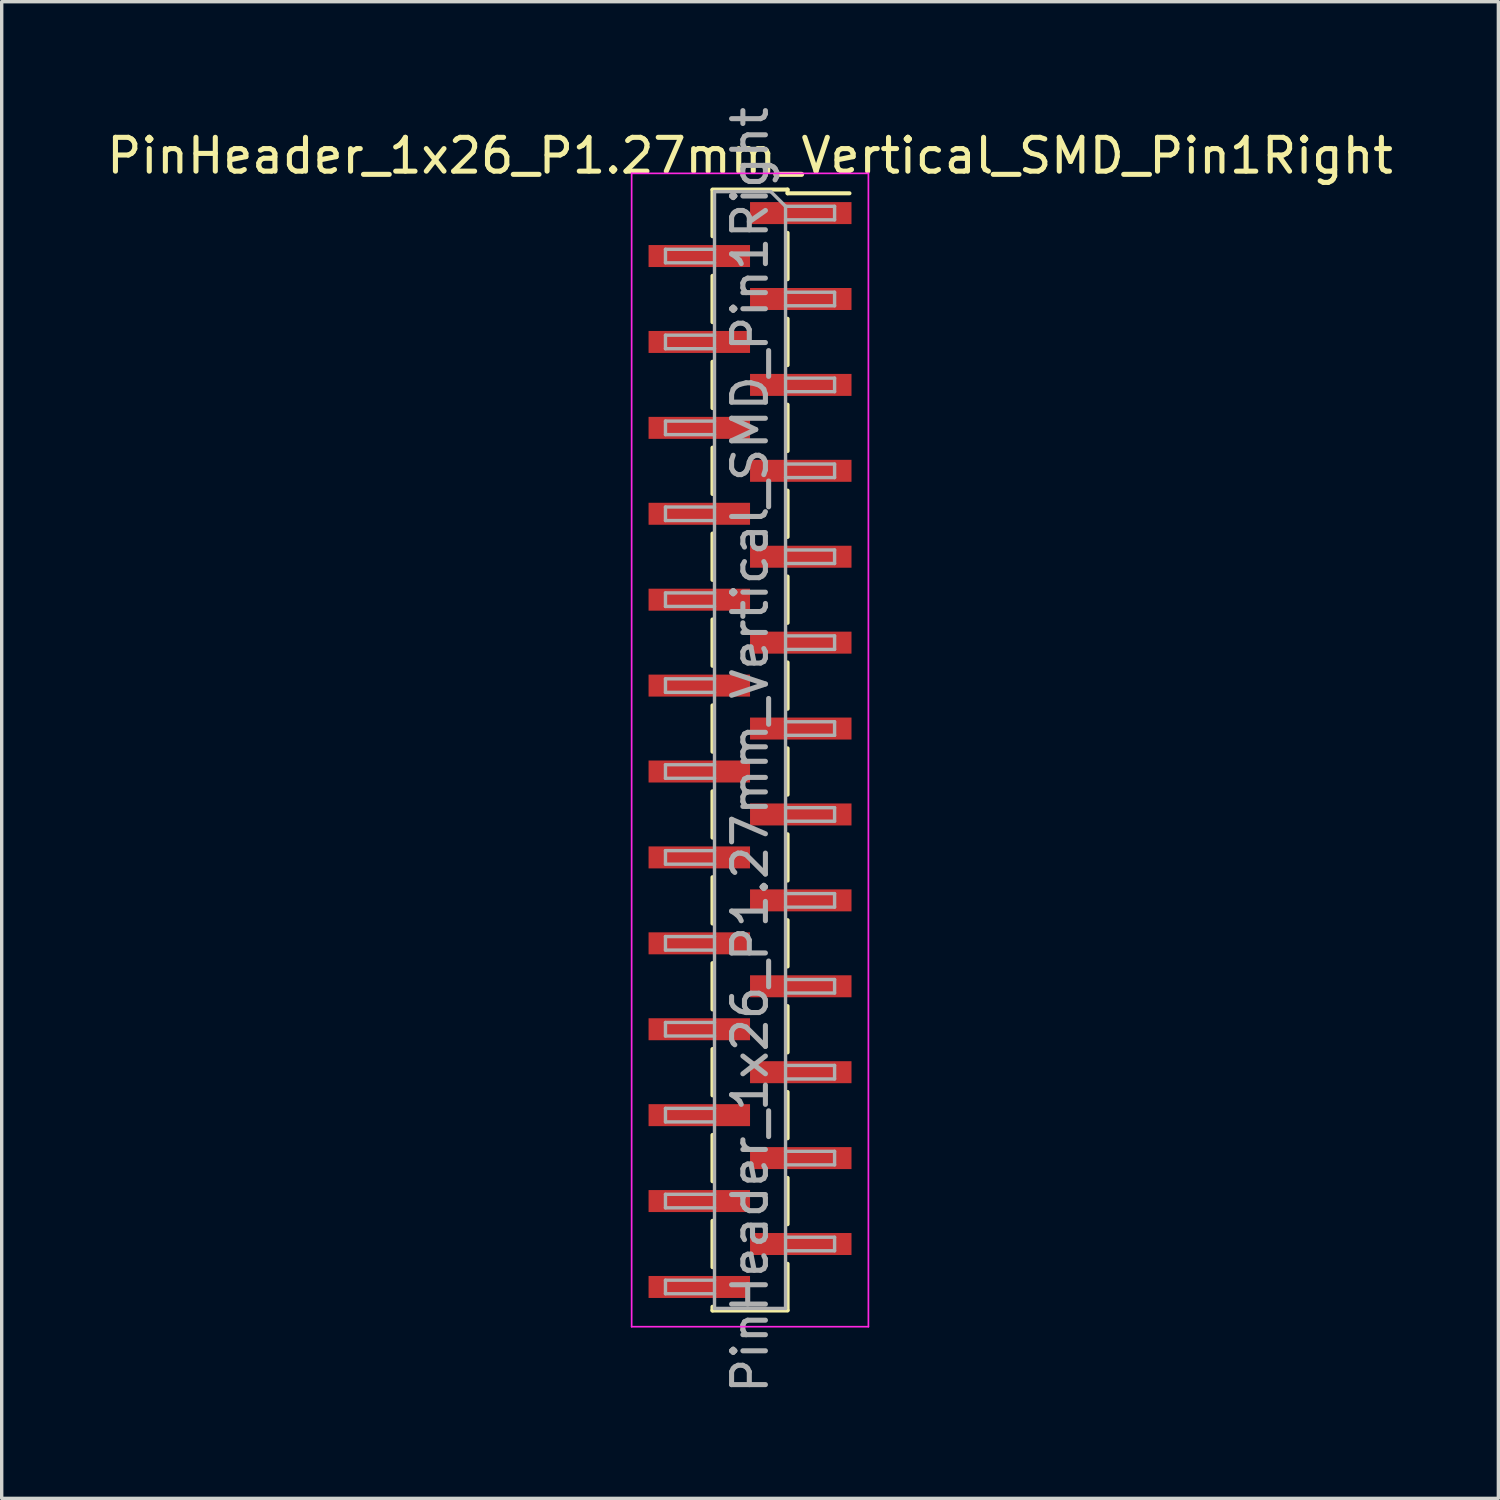
<source format=kicad_pcb>
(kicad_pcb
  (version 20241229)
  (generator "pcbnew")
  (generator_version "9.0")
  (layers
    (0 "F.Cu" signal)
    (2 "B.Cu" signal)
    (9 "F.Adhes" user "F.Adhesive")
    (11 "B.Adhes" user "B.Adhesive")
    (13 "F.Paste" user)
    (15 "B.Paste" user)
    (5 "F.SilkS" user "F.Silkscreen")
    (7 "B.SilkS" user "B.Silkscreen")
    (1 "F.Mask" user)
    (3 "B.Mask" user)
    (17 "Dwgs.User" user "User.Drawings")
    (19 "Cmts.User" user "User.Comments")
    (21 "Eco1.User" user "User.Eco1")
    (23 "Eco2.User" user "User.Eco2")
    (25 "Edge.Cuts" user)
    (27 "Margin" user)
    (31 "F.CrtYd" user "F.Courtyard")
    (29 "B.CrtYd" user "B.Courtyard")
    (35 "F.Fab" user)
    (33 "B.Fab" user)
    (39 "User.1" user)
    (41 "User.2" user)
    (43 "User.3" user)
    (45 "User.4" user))
  (footprint "PinHeader_1x26_P1.27mm_Vertical_SMD_Pin1Right"
    (layer "F.Cu")
    (at 19.125 19.125)
    (property "Reference" "PinHeader_1x26_P1.27mm_Vertical_SMD_Pin1Right" (at 0 -17.57 0) (layer "F.SilkS") (effects (font (size 1 1) (thickness 0.15))))
    (attr smd)
    (fp_line (start -1.11 -16.57) (end 1.11 -16.57) (stroke (width 0.12) (type solid)) (layer "F.SilkS"))
    (fp_line (start -1.11 -16.56) (end -1.11 -15.19) (stroke (width 0.12) (type solid)) (layer "F.SilkS"))
    (fp_line (start -1.11 -14.02) (end -1.11 -12.65) (stroke (width 0.12) (type solid)) (layer "F.SilkS"))
    (fp_line (start -1.11 -11.48) (end -1.11 -10.11) (stroke (width 0.12) (type solid)) (layer "F.SilkS"))
    (fp_line (start -1.11 -8.94) (end -1.11 -7.57) (stroke (width 0.12) (type solid)) (layer "F.SilkS"))
    (fp_line (start -1.11 -6.4) (end -1.11 -5.03) (stroke (width 0.12) (type solid)) (layer "F.SilkS"))
    (fp_line (start -1.11 -3.86) (end -1.11 -2.49) (stroke (width 0.12) (type solid)) (layer "F.SilkS"))
    (fp_line (start -1.11 -1.32) (end -1.11 0.05) (stroke (width 0.12) (type solid)) (layer "F.SilkS"))
    (fp_line (start -1.11 1.22) (end -1.11 2.59) (stroke (width 0.12) (type solid)) (layer "F.SilkS"))
    (fp_line (start -1.11 3.76) (end -1.11 5.13) (stroke (width 0.12) (type solid)) (layer "F.SilkS"))
    (fp_line (start -1.11 6.3) (end -1.11 7.67) (stroke (width 0.12) (type solid)) (layer "F.SilkS"))
    (fp_line (start -1.11 8.84) (end -1.11 10.21) (stroke (width 0.12) (type solid)) (layer "F.SilkS"))
    (fp_line (start -1.11 11.38) (end -1.11 12.75) (stroke (width 0.12) (type solid)) (layer "F.SilkS"))
    (fp_line (start -1.11 13.92) (end -1.11 15.29) (stroke (width 0.12) (type solid)) (layer "F.SilkS"))
    (fp_line (start -1.11 16.46) (end -1.11 16.57) (stroke (width 0.12) (type solid)) (layer "F.SilkS"))
    (fp_line (start -1.11 16.57) (end 1.11 16.57) (stroke (width 0.12) (type solid)) (layer "F.SilkS"))
    (fp_line (start 1.11 -16.57) (end 1.11 -16.46) (stroke (width 0.12) (type solid)) (layer "F.SilkS"))
    (fp_line (start 1.11 -16.46) (end 2.94 -16.46) (stroke (width 0.12) (type solid)) (layer "F.SilkS"))
    (fp_line (start 1.11 -15.29) (end 1.11 -13.92) (stroke (width 0.12) (type solid)) (layer "F.SilkS"))
    (fp_line (start 1.11 -12.75) (end 1.11 -11.38) (stroke (width 0.12) (type solid)) (layer "F.SilkS"))
    (fp_line (start 1.11 -10.21) (end 1.11 -8.84) (stroke (width 0.12) (type solid)) (layer "F.SilkS"))
    (fp_line (start 1.11 -7.67) (end 1.11 -6.3) (stroke (width 0.12) (type solid)) (layer "F.SilkS"))
    (fp_line (start 1.11 -5.13) (end 1.11 -3.76) (stroke (width 0.12) (type solid)) (layer "F.SilkS"))
    (fp_line (start 1.11 -2.59) (end 1.11 -1.22) (stroke (width 0.12) (type solid)) (layer "F.SilkS"))
    (fp_line (start 1.11 -0.05) (end 1.11 1.32) (stroke (width 0.12) (type solid)) (layer "F.SilkS"))
    (fp_line (start 1.11 2.49) (end 1.11 3.86) (stroke (width 0.12) (type solid)) (layer "F.SilkS"))
    (fp_line (start 1.11 5.03) (end 1.11 6.4) (stroke (width 0.12) (type solid)) (layer "F.SilkS"))
    (fp_line (start 1.11 7.57) (end 1.11 8.94) (stroke (width 0.12) (type solid)) (layer "F.SilkS"))
    (fp_line (start 1.11 10.11) (end 1.11 11.48) (stroke (width 0.12) (type solid)) (layer "F.SilkS"))
    (fp_line (start 1.11 12.65) (end 1.11 14.02) (stroke (width 0.12) (type solid)) (layer "F.SilkS"))
    (fp_line (start 1.11 15.19) (end 1.11 16.56) (stroke (width 0.12) (type solid)) (layer "F.SilkS"))
    (fp_line (start -3.5 -17.05) (end -3.5 17.05) (stroke (width 0.05) (type solid)) (layer "F.CrtYd"))
    (fp_line (start -3.5 17.05) (end 3.5 17.05) (stroke (width 0.05) (type solid)) (layer "F.CrtYd"))
    (fp_line (start 3.5 -17.05) (end -3.5 -17.05) (stroke (width 0.05) (type solid)) (layer "F.CrtYd"))
    (fp_line (start 3.5 17.05) (end 3.5 -17.05) (stroke (width 0.05) (type solid)) (layer "F.CrtYd"))
    (fp_line (start -2.5 -14.805) (end -2.5 -14.405) (stroke (width 0.1) (type solid)) (layer "F.Fab"))
    (fp_line (start -2.5 -14.405) (end -1.05 -14.405) (stroke (width 0.1) (type solid)) (layer "F.Fab"))
    (fp_line (start -2.5 -12.265) (end -2.5 -11.865) (stroke (width 0.1) (type solid)) (layer "F.Fab"))
    (fp_line (start -2.5 -11.865) (end -1.05 -11.865) (stroke (width 0.1) (type solid)) (layer "F.Fab"))
    (fp_line (start -2.5 -9.725) (end -2.5 -9.325) (stroke (width 0.1) (type solid)) (layer "F.Fab"))
    (fp_line (start -2.5 -9.325) (end -1.05 -9.325) (stroke (width 0.1) (type solid)) (layer "F.Fab"))
    (fp_line (start -2.5 -7.185) (end -2.5 -6.785) (stroke (width 0.1) (type solid)) (layer "F.Fab"))
    (fp_line (start -2.5 -6.785) (end -1.05 -6.785) (stroke (width 0.1) (type solid)) (layer "F.Fab"))
    (fp_line (start -2.5 -4.645) (end -2.5 -4.245) (stroke (width 0.1) (type solid)) (layer "F.Fab"))
    (fp_line (start -2.5 -4.245) (end -1.05 -4.245) (stroke (width 0.1) (type solid)) (layer "F.Fab"))
    (fp_line (start -2.5 -2.105) (end -2.5 -1.705) (stroke (width 0.1) (type solid)) (layer "F.Fab"))
    (fp_line (start -2.5 -1.705) (end -1.05 -1.705) (stroke (width 0.1) (type solid)) (layer "F.Fab"))
    (fp_line (start -2.5 0.435) (end -2.5 0.835) (stroke (width 0.1) (type solid)) (layer "F.Fab"))
    (fp_line (start -2.5 0.835) (end -1.05 0.835) (stroke (width 0.1) (type solid)) (layer "F.Fab"))
    (fp_line (start -2.5 2.975) (end -2.5 3.375) (stroke (width 0.1) (type solid)) (layer "F.Fab"))
    (fp_line (start -2.5 3.375) (end -1.05 3.375) (stroke (width 0.1) (type solid)) (layer "F.Fab"))
    (fp_line (start -2.5 5.515) (end -2.5 5.915) (stroke (width 0.1) (type solid)) (layer "F.Fab"))
    (fp_line (start -2.5 5.915) (end -1.05 5.915) (stroke (width 0.1) (type solid)) (layer "F.Fab"))
    (fp_line (start -2.5 8.055) (end -2.5 8.455) (stroke (width 0.1) (type solid)) (layer "F.Fab"))
    (fp_line (start -2.5 8.455) (end -1.05 8.455) (stroke (width 0.1) (type solid)) (layer "F.Fab"))
    (fp_line (start -2.5 10.595) (end -2.5 10.995) (stroke (width 0.1) (type solid)) (layer "F.Fab"))
    (fp_line (start -2.5 10.995) (end -1.05 10.995) (stroke (width 0.1) (type solid)) (layer "F.Fab"))
    (fp_line (start -2.5 13.135) (end -2.5 13.535) (stroke (width 0.1) (type solid)) (layer "F.Fab"))
    (fp_line (start -2.5 13.535) (end -1.05 13.535) (stroke (width 0.1) (type solid)) (layer "F.Fab"))
    (fp_line (start -2.5 15.675) (end -2.5 16.075) (stroke (width 0.1) (type solid)) (layer "F.Fab"))
    (fp_line (start -2.5 16.075) (end -1.05 16.075) (stroke (width 0.1) (type solid)) (layer "F.Fab"))
    (fp_line (start -1.05 -16.51) (end -1.05 16.51) (stroke (width 0.1) (type solid)) (layer "F.Fab"))
    (fp_line (start -1.05 -16.51) (end 0.615 -16.51) (stroke (width 0.1) (type solid)) (layer "F.Fab"))
    (fp_line (start -1.05 -14.805) (end -2.5 -14.805) (stroke (width 0.1) (type solid)) (layer "F.Fab"))
    (fp_line (start -1.05 -12.265) (end -2.5 -12.265) (stroke (width 0.1) (type solid)) (layer "F.Fab"))
    (fp_line (start -1.05 -9.725) (end -2.5 -9.725) (stroke (width 0.1) (type solid)) (layer "F.Fab"))
    (fp_line (start -1.05 -7.185) (end -2.5 -7.185) (stroke (width 0.1) (type solid)) (layer "F.Fab"))
    (fp_line (start -1.05 -4.645) (end -2.5 -4.645) (stroke (width 0.1) (type solid)) (layer "F.Fab"))
    (fp_line (start -1.05 -2.105) (end -2.5 -2.105) (stroke (width 0.1) (type solid)) (layer "F.Fab"))
    (fp_line (start -1.05 0.435) (end -2.5 0.435) (stroke (width 0.1) (type solid)) (layer "F.Fab"))
    (fp_line (start -1.05 2.975) (end -2.5 2.975) (stroke (width 0.1) (type solid)) (layer "F.Fab"))
    (fp_line (start -1.05 5.515) (end -2.5 5.515) (stroke (width 0.1) (type solid)) (layer "F.Fab"))
    (fp_line (start -1.05 8.055) (end -2.5 8.055) (stroke (width 0.1) (type solid)) (layer "F.Fab"))
    (fp_line (start -1.05 10.595) (end -2.5 10.595) (stroke (width 0.1) (type solid)) (layer "F.Fab"))
    (fp_line (start -1.05 13.135) (end -2.5 13.135) (stroke (width 0.1) (type solid)) (layer "F.Fab"))
    (fp_line (start -1.05 15.675) (end -2.5 15.675) (stroke (width 0.1) (type solid)) (layer "F.Fab"))
    (fp_line (start 1.05 -16.075) (end 0.615 -16.51) (stroke (width 0.1) (type solid)) (layer "F.Fab"))
    (fp_line (start 1.05 -16.075) (end 2.5 -16.075) (stroke (width 0.1) (type solid)) (layer "F.Fab"))
    (fp_line (start 1.05 -13.535) (end 2.5 -13.535) (stroke (width 0.1) (type solid)) (layer "F.Fab"))
    (fp_line (start 1.05 -10.995) (end 2.5 -10.995) (stroke (width 0.1) (type solid)) (layer "F.Fab"))
    (fp_line (start 1.05 -8.455) (end 2.5 -8.455) (stroke (width 0.1) (type solid)) (layer "F.Fab"))
    (fp_line (start 1.05 -5.915) (end 2.5 -5.915) (stroke (width 0.1) (type solid)) (layer "F.Fab"))
    (fp_line (start 1.05 -3.375) (end 2.5 -3.375) (stroke (width 0.1) (type solid)) (layer "F.Fab"))
    (fp_line (start 1.05 -0.835) (end 2.5 -0.835) (stroke (width 0.1) (type solid)) (layer "F.Fab"))
    (fp_line (start 1.05 1.705) (end 2.5 1.705) (stroke (width 0.1) (type solid)) (layer "F.Fab"))
    (fp_line (start 1.05 4.245) (end 2.5 4.245) (stroke (width 0.1) (type solid)) (layer "F.Fab"))
    (fp_line (start 1.05 6.785) (end 2.5 6.785) (stroke (width 0.1) (type solid)) (layer "F.Fab"))
    (fp_line (start 1.05 9.325) (end 2.5 9.325) (stroke (width 0.1) (type solid)) (layer "F.Fab"))
    (fp_line (start 1.05 11.865) (end 2.5 11.865) (stroke (width 0.1) (type solid)) (layer "F.Fab"))
    (fp_line (start 1.05 14.405) (end 2.5 14.405) (stroke (width 0.1) (type solid)) (layer "F.Fab"))
    (fp_line (start 1.05 16.51) (end -1.05 16.51) (stroke (width 0.1) (type solid)) (layer "F.Fab"))
    (fp_line (start 1.05 16.51) (end 1.05 -16.075) (stroke (width 0.1) (type solid)) (layer "F.Fab"))
    (fp_line (start 2.5 -16.075) (end 2.5 -15.675) (stroke (width 0.1) (type solid)) (layer "F.Fab"))
    (fp_line (start 2.5 -15.675) (end 1.05 -15.675) (stroke (width 0.1) (type solid)) (layer "F.Fab"))
    (fp_line (start 2.5 -13.535) (end 2.5 -13.135) (stroke (width 0.1) (type solid)) (layer "F.Fab"))
    (fp_line (start 2.5 -13.135) (end 1.05 -13.135) (stroke (width 0.1) (type solid)) (layer "F.Fab"))
    (fp_line (start 2.5 -10.995) (end 2.5 -10.595) (stroke (width 0.1) (type solid)) (layer "F.Fab"))
    (fp_line (start 2.5 -10.595) (end 1.05 -10.595) (stroke (width 0.1) (type solid)) (layer "F.Fab"))
    (fp_line (start 2.5 -8.455) (end 2.5 -8.055) (stroke (width 0.1) (type solid)) (layer "F.Fab"))
    (fp_line (start 2.5 -8.055) (end 1.05 -8.055) (stroke (width 0.1) (type solid)) (layer "F.Fab"))
    (fp_line (start 2.5 -5.915) (end 2.5 -5.515) (stroke (width 0.1) (type solid)) (layer "F.Fab"))
    (fp_line (start 2.5 -5.515) (end 1.05 -5.515) (stroke (width 0.1) (type solid)) (layer "F.Fab"))
    (fp_line (start 2.5 -3.375) (end 2.5 -2.975) (stroke (width 0.1) (type solid)) (layer "F.Fab"))
    (fp_line (start 2.5 -2.975) (end 1.05 -2.975) (stroke (width 0.1) (type solid)) (layer "F.Fab"))
    (fp_line (start 2.5 -0.835) (end 2.5 -0.435) (stroke (width 0.1) (type solid)) (layer "F.Fab"))
    (fp_line (start 2.5 -0.435) (end 1.05 -0.435) (stroke (width 0.1) (type solid)) (layer "F.Fab"))
    (fp_line (start 2.5 1.705) (end 2.5 2.105) (stroke (width 0.1) (type solid)) (layer "F.Fab"))
    (fp_line (start 2.5 2.105) (end 1.05 2.105) (stroke (width 0.1) (type solid)) (layer "F.Fab"))
    (fp_line (start 2.5 4.245) (end 2.5 4.645) (stroke (width 0.1) (type solid)) (layer "F.Fab"))
    (fp_line (start 2.5 4.645) (end 1.05 4.645) (stroke (width 0.1) (type solid)) (layer "F.Fab"))
    (fp_line (start 2.5 6.785) (end 2.5 7.185) (stroke (width 0.1) (type solid)) (layer "F.Fab"))
    (fp_line (start 2.5 7.185) (end 1.05 7.185) (stroke (width 0.1) (type solid)) (layer "F.Fab"))
    (fp_line (start 2.5 9.325) (end 2.5 9.725) (stroke (width 0.1) (type solid)) (layer "F.Fab"))
    (fp_line (start 2.5 9.725) (end 1.05 9.725) (stroke (width 0.1) (type solid)) (layer "F.Fab"))
    (fp_line (start 2.5 11.865) (end 2.5 12.265) (stroke (width 0.1) (type solid)) (layer "F.Fab"))
    (fp_line (start 2.5 12.265) (end 1.05 12.265) (stroke (width 0.1) (type solid)) (layer "F.Fab"))
    (fp_line (start 2.5 14.405) (end 2.5 14.805) (stroke (width 0.1) (type solid)) (layer "F.Fab"))
    (fp_line (start 2.5 14.805) (end 1.05 14.805) (stroke (width 0.1) (type solid)) (layer "F.Fab"))
    (fp_text user "${REFERENCE}" (at 0 0 90) (layer "F.Fab") (effects (font (size 1 1) (thickness 0.15))))
    (pad "1" smd rect (at 1.5 -15.875) (size 3 0.65) (layers "F.Cu" "F.Mask" "F.Paste"))
    (pad "2" smd rect (at -1.5 -14.605) (size 3 0.65) (layers "F.Cu" "F.Mask" "F.Paste"))
    (pad "3" smd rect (at 1.5 -13.335) (size 3 0.65) (layers "F.Cu" "F.Mask" "F.Paste"))
    (pad "4" smd rect (at -1.5 -12.065) (size 3 0.65) (layers "F.Cu" "F.Mask" "F.Paste"))
    (pad "5" smd rect (at 1.5 -10.795) (size 3 0.65) (layers "F.Cu" "F.Mask" "F.Paste"))
    (pad "6" smd rect (at -1.5 -9.525) (size 3 0.65) (layers "F.Cu" "F.Mask" "F.Paste"))
    (pad "7" smd rect (at 1.5 -8.255) (size 3 0.65) (layers "F.Cu" "F.Mask" "F.Paste"))
    (pad "8" smd rect (at -1.5 -6.985) (size 3 0.65) (layers "F.Cu" "F.Mask" "F.Paste"))
    (pad "9" smd rect (at 1.5 -5.715) (size 3 0.65) (layers "F.Cu" "F.Mask" "F.Paste"))
    (pad "10" smd rect (at -1.5 -4.445) (size 3 0.65) (layers "F.Cu" "F.Mask" "F.Paste"))
    (pad "11" smd rect (at 1.5 -3.175) (size 3 0.65) (layers "F.Cu" "F.Mask" "F.Paste"))
    (pad "12" smd rect (at -1.5 -1.905) (size 3 0.65) (layers "F.Cu" "F.Mask" "F.Paste"))
    (pad "13" smd rect (at 1.5 -0.635) (size 3 0.65) (layers "F.Cu" "F.Mask" "F.Paste"))
    (pad "14" smd rect (at -1.5 0.635) (size 3 0.65) (layers "F.Cu" "F.Mask" "F.Paste"))
    (pad "15" smd rect (at 1.5 1.905) (size 3 0.65) (layers "F.Cu" "F.Mask" "F.Paste"))
    (pad "16" smd rect (at -1.5 3.175) (size 3 0.65) (layers "F.Cu" "F.Mask" "F.Paste"))
    (pad "17" smd rect (at 1.5 4.445) (size 3 0.65) (layers "F.Cu" "F.Mask" "F.Paste"))
    (pad "18" smd rect (at -1.5 5.715) (size 3 0.65) (layers "F.Cu" "F.Mask" "F.Paste"))
    (pad "19" smd rect (at 1.5 6.985) (size 3 0.65) (layers "F.Cu" "F.Mask" "F.Paste"))
    (pad "20" smd rect (at -1.5 8.255) (size 3 0.65) (layers "F.Cu" "F.Mask" "F.Paste"))
    (pad "21" smd rect (at 1.5 9.525) (size 3 0.65) (layers "F.Cu" "F.Mask" "F.Paste"))
    (pad "22" smd rect (at -1.5 10.795) (size 3 0.65) (layers "F.Cu" "F.Mask" "F.Paste"))
    (pad "23" smd rect (at 1.5 12.065) (size 3 0.65) (layers "F.Cu" "F.Mask" "F.Paste"))
    (pad "24" smd rect (at -1.5 13.335) (size 3 0.65) (layers "F.Cu" "F.Mask" "F.Paste"))
    (pad "25" smd rect (at 1.5 14.605) (size 3 0.65) (layers "F.Cu" "F.Mask" "F.Paste"))
    (pad "26" smd rect (at -1.5 15.875) (size 3 0.65) (layers "F.Cu" "F.Mask" "F.Paste")))
  (gr_rect
    (start -3 -3)
    (end 41.25 41.25)
    (stroke (width 0.1) (type default))
    (fill no)
    (layer "Edge.Cuts")))
</source>
